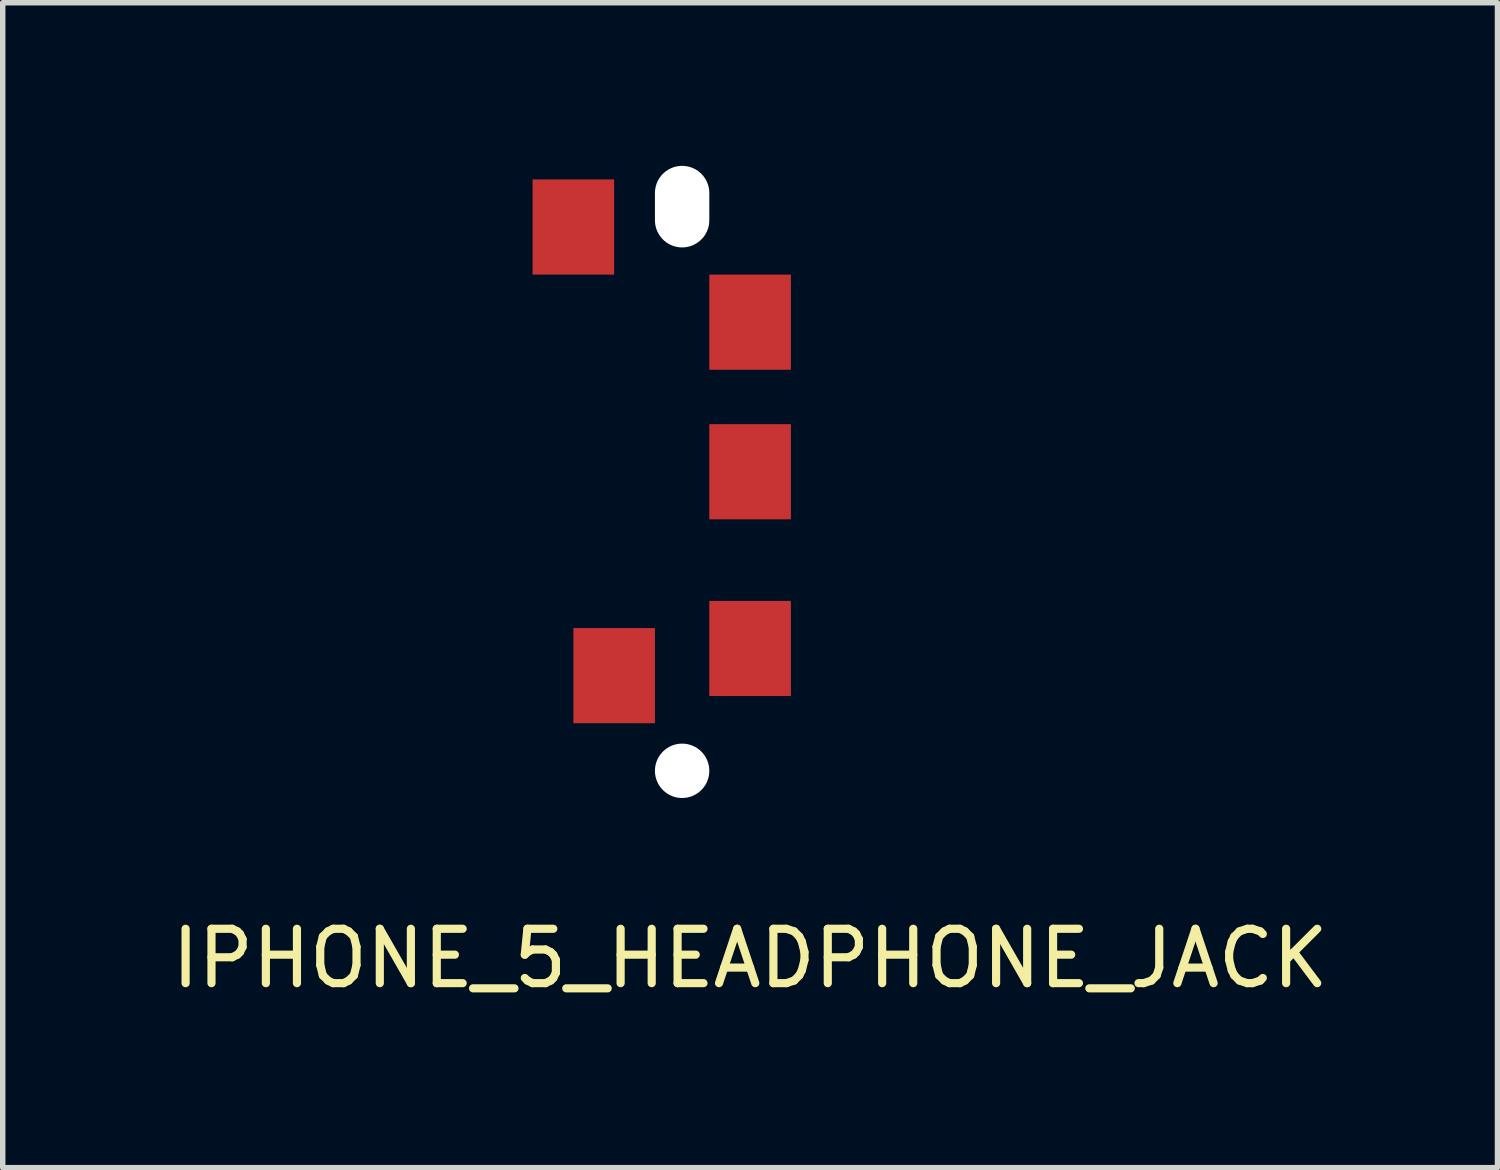
<source format=kicad_pcb>
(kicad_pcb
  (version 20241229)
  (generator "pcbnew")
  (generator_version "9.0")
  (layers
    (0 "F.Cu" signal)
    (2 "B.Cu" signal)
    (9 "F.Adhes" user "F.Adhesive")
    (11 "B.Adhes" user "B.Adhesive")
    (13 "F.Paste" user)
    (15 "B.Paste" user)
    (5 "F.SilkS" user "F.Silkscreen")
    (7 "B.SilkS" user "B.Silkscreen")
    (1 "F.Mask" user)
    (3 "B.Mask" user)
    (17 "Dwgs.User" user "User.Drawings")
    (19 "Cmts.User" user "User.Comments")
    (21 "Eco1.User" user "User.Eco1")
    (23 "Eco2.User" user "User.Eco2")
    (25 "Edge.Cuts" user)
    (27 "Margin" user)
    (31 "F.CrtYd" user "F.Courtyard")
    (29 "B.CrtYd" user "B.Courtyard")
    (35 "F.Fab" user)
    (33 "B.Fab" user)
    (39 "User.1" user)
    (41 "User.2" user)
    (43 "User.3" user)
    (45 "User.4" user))
  (footprint "IPHONE_5_HEADPHONE_JACK"
    (layer "F.Cu")
    (at 10.744 2.875)
    (property "Reference" "IPHONE_5_HEADPHONE_JACK" (at 0 11.7 0) (layer "F.SilkS") (effects (font (size 1 1) (thickness 0.15))))
    (attr through_hole)
    (pad "" np_thru_hole oval (at -1.25 -2.125) (size 1 1.5) (drill oval 1 1.5) (layers "*.Cu" "*.Mask"))
    (pad "" np_thru_hole circle (at -1.25 8.25) (size 1 1) (drill 1) (layers "*.Cu" "*.Mask"))
    (pad "1" smd rect (at 0 0) (size 1.5 1.75) (layers "F.Cu" "F.Mask" "F.Paste"))
    (pad "2" smd rect (at 0 6) (size 1.5 1.75) (layers "F.Cu" "F.Mask" "F.Paste"))
    (pad "3" smd rect (at -2.5 6.5) (size 1.5 1.75) (layers "F.Cu" "F.Mask" "F.Paste"))
    (pad "4" smd rect (at 0 2.75) (size 1.5 1.75) (layers "F.Cu" "F.Mask" "F.Paste"))
    (pad "5" smd rect (at -3.25 -1.75) (size 1.5 1.75) (layers "F.Cu" "F.Mask" "F.Paste")))
  (gr_rect
    (start -3 -3)
    (end 24.488 18.423)
    (stroke (width 0.1) (type default))
    (fill no)
    (layer "Edge.Cuts")))
</source>
